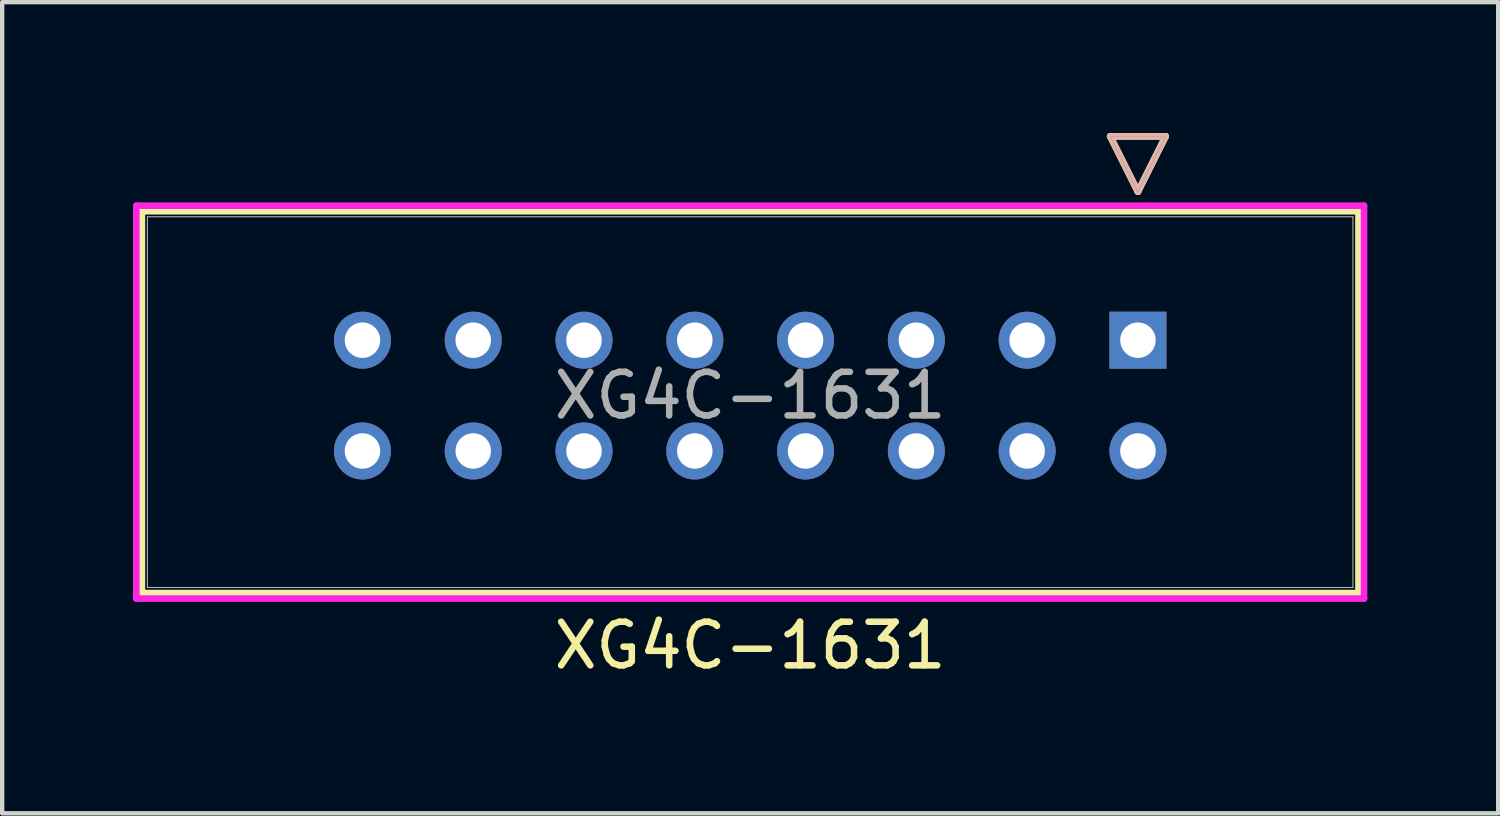
<source format=kicad_pcb>
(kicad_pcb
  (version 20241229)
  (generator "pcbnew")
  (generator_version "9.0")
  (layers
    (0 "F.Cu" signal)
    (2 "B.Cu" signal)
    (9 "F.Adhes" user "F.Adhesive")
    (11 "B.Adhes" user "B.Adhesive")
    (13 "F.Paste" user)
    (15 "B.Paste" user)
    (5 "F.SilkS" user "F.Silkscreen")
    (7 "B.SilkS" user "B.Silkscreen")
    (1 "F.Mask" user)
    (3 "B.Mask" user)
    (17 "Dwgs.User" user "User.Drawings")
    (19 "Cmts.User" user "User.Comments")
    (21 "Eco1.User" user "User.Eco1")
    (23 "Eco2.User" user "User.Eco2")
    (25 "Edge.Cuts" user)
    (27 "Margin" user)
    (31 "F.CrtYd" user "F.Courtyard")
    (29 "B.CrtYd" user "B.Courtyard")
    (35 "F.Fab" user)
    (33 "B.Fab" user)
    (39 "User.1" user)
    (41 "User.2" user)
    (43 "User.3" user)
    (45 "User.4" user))
  (footprint "XG4C-1631"
    (layer "F.Cu")
    (at 23.04 4.75)
    (property "Reference" "XG4C-1631" (at -8.89 7 0) (unlocked yes) (layer "F.SilkS") (effects (font (size 1 1) (thickness 0.15))))
    (attr through_hole)
    (fp_line (start -22.837 -2.957) (end -22.837 5.797) (stroke (width 0.152) (type solid)) (layer "F.SilkS"))
    (fp_line (start -22.837 5.797) (end 5.057 5.797) (stroke (width 0.152) (type solid)) (layer "F.SilkS"))
    (fp_line (start -0.635 -4.674) (end 0 -3.404) (stroke (width 0.152) (type solid)) (layer "F.SilkS"))
    (fp_line (start -0.635 -4.674) (end 0.635 -4.674) (stroke (width 0.152) (type solid)) (layer "F.SilkS"))
    (fp_line (start 0.635 -4.674) (end 0 -3.404) (stroke (width 0.152) (type solid)) (layer "F.SilkS"))
    (fp_line (start 5.057 -2.957) (end -22.837 -2.957) (stroke (width 0.152) (type solid)) (layer "F.SilkS"))
    (fp_line (start 5.057 5.797) (end 5.057 -2.957) (stroke (width 0.152) (type solid)) (layer "F.SilkS"))
    (fp_line (start -0.635 -4.674) (end 0 -3.404) (stroke (width 0.152) (type solid)) (layer "B.SilkS"))
    (fp_line (start -0.635 -4.674) (end 0.635 -4.674) (stroke (width 0.152) (type solid)) (layer "B.SilkS"))
    (fp_line (start 0.635 -4.674) (end 0 -3.404) (stroke (width 0.152) (type solid)) (layer "B.SilkS"))
    (fp_line (start -22.964 -3.084) (end -22.964 5.924) (stroke (width 0.152) (type solid)) (layer "F.CrtYd"))
    (fp_line (start -22.964 5.924) (end 5.184 5.924) (stroke (width 0.152) (type solid)) (layer "F.CrtYd"))
    (fp_line (start 5.184 -3.084) (end -22.964 -3.084) (stroke (width 0.152) (type solid)) (layer "F.CrtYd"))
    (fp_line (start 5.184 5.924) (end 5.184 -3.084) (stroke (width 0.152) (type solid)) (layer "F.CrtYd"))
    (fp_line (start -22.71 -2.83) (end -22.71 5.67) (stroke (width 0.025) (type solid)) (layer "F.Fab"))
    (fp_line (start -22.71 5.67) (end 4.93 5.67) (stroke (width 0.025) (type solid)) (layer "F.Fab"))
    (fp_line (start -0.635 -4.674) (end 0 -3.404) (stroke (width 0.025) (type solid)) (layer "F.Fab"))
    (fp_line (start -0.635 -4.674) (end 0.635 -4.674) (stroke (width 0.025) (type solid)) (layer "F.Fab"))
    (fp_line (start 0.635 -4.674) (end 0 -3.404) (stroke (width 0.025) (type solid)) (layer "F.Fab"))
    (fp_line (start 4.93 -2.83) (end -22.71 -2.83) (stroke (width 0.025) (type solid)) (layer "F.Fab"))
    (fp_line (start 4.93 5.67) (end 4.93 -2.83) (stroke (width 0.025) (type solid)) (layer "F.Fab"))
    (fp_text user "${REFERENCE}" (at -8.89 1.27 0) (unlocked yes) (layer "F.Fab") (effects (font (size 1 1) (thickness 0.15))))
    (pad "1" thru_hole rect (at 0 0) (size 1.308 1.308) (drill 0.813) (layers "*.Cu" "*.Mask"))
    (pad "2" thru_hole circle (at 0 2.54) (size 1.308 1.308) (drill 0.813) (layers "*.Cu" "*.Mask"))
    (pad "3" thru_hole circle (at -2.54 0) (size 1.308 1.308) (drill 0.813) (layers "*.Cu" "*.Mask"))
    (pad "4" thru_hole circle (at -2.54 2.54) (size 1.308 1.308) (drill 0.813) (layers "*.Cu" "*.Mask"))
    (pad "5" thru_hole circle (at -5.08 0) (size 1.308 1.308) (drill 0.813) (layers "*.Cu" "*.Mask"))
    (pad "6" thru_hole circle (at -5.08 2.54) (size 1.308 1.308) (drill 0.813) (layers "*.Cu" "*.Mask"))
    (pad "7" thru_hole circle (at -7.62 0) (size 1.308 1.308) (drill 0.813) (layers "*.Cu" "*.Mask"))
    (pad "8" thru_hole circle (at -7.62 2.54) (size 1.308 1.308) (drill 0.813) (layers "*.Cu" "*.Mask"))
    (pad "9" thru_hole circle (at -10.16 0) (size 1.308 1.308) (drill 0.813) (layers "*.Cu" "*.Mask"))
    (pad "10" thru_hole circle (at -10.16 2.54) (size 1.308 1.308) (drill 0.813) (layers "*.Cu" "*.Mask"))
    (pad "11" thru_hole circle (at -12.7 0) (size 1.308 1.308) (drill 0.813) (layers "*.Cu" "*.Mask"))
    (pad "12" thru_hole circle (at -12.7 2.54) (size 1.308 1.308) (drill 0.813) (layers "*.Cu" "*.Mask"))
    (pad "13" thru_hole circle (at -15.24 0) (size 1.308 1.308) (drill 0.813) (layers "*.Cu" "*.Mask"))
    (pad "14" thru_hole circle (at -15.24 2.54) (size 1.308 1.308) (drill 0.813) (layers "*.Cu" "*.Mask"))
    (pad "15" thru_hole circle (at -17.78 0) (size 1.308 1.308) (drill 0.813) (layers "*.Cu" "*.Mask"))
    (pad "16" thru_hole circle (at -17.78 2.54) (size 1.308 1.308) (drill 0.813) (layers "*.Cu" "*.Mask")))
  (gr_rect
    (start -3 -3)
    (end 31.3 15.598)
    (stroke (width 0.1) (type default))
    (fill no)
    (layer "Edge.Cuts")))
</source>
